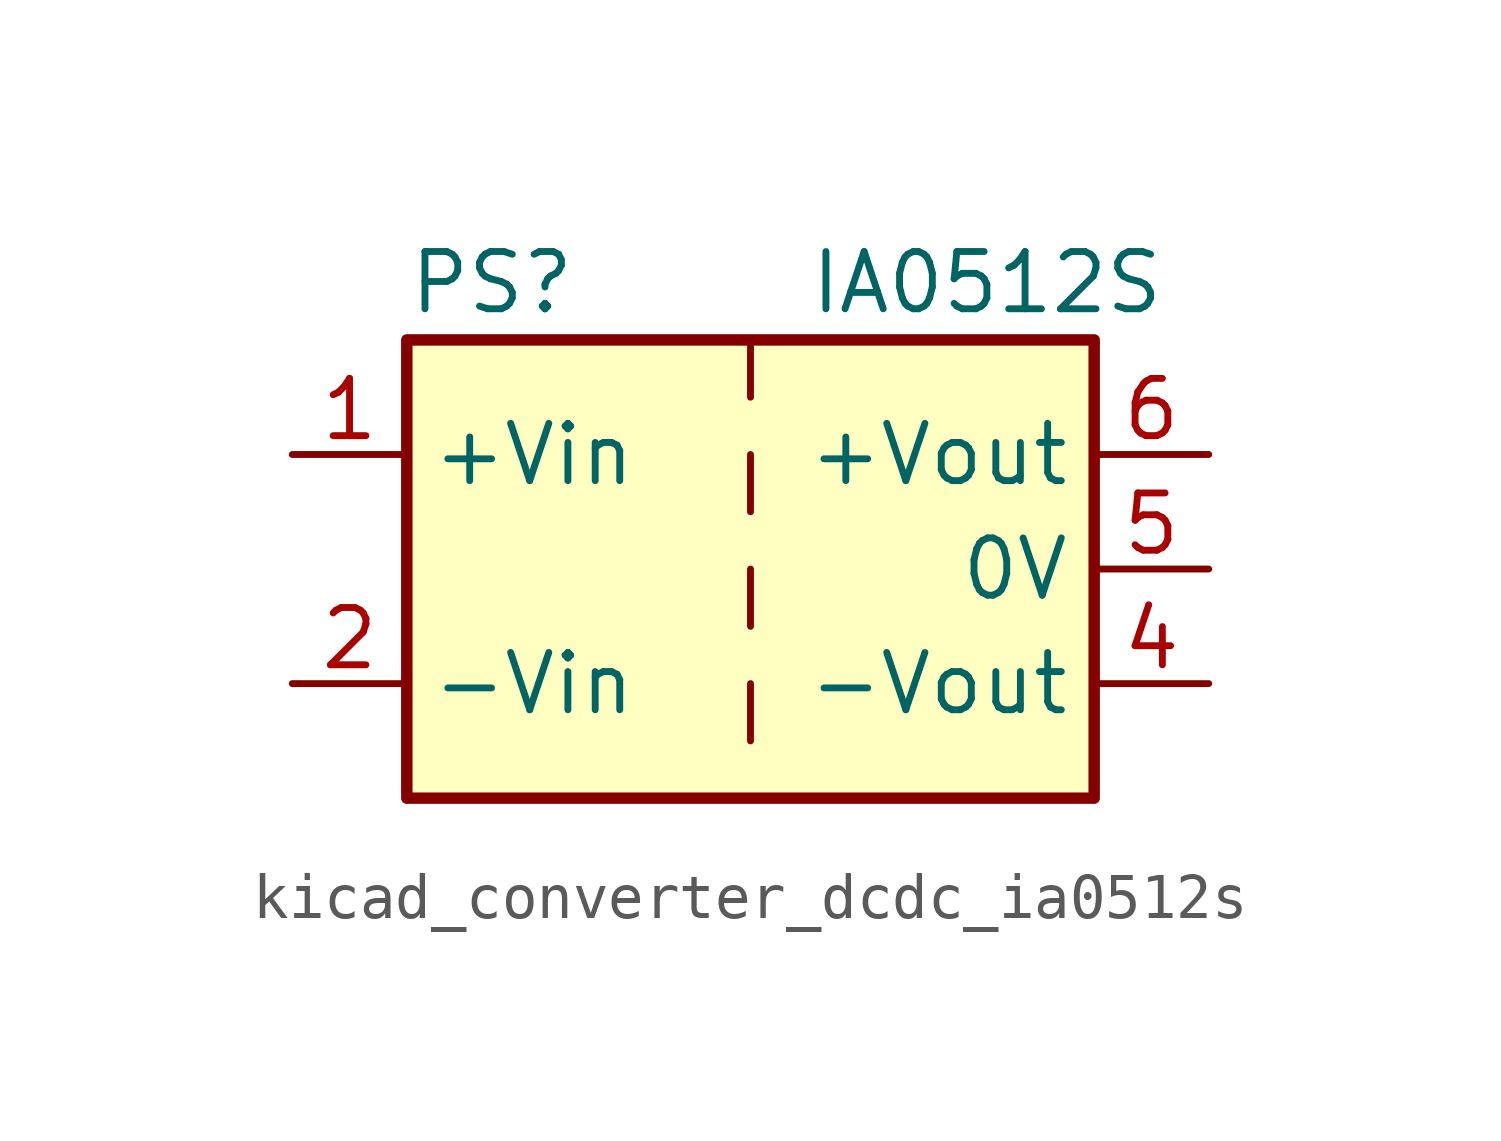
<source format=kicad_sym>
(kicad_symbol_lib
  (version 20220914)
  (generator kicad_symbol_editor)
  (symbol "kicad_converter_dcdc_ia0512s"
    (property "Reference" "PS"
      (at -7.62 6.35 0)
      (effects (font (size 1.27 1.27)) (justify left)))
    (property "Value" "IA0512S"
      (at 1.27 6.35 0)
      (effects (font (size 1.27 1.27)) (justify left)))
    (symbol "kicad_converter_dcdc_ia0512s_0_0"
      (pin power_in line (at -10.16 2.54 0) (length 2.54) (name "+Vin" (effects (font (size 1.27 1.27)))) (number "1" (effects (font (size 1.27 1.27)))))
      (pin power_in line (at -10.16 -2.54 0) (length 2.54) (name "-Vin" (effects (font (size 1.27 1.27)))) (number "2" (effects (font (size 1.27 1.27)))))
      (pin power_out line (at 10.16 -2.54 180) (length 2.54) (name "-Vout" (effects (font (size 1.27 1.27)))) (number "4" (effects (font (size 1.27 1.27)))))
      (pin power_out line (at 10.16 0 180) (length 2.54) (name "0V" (effects (font (size 1.27 1.27)))) (number "5" (effects (font (size 1.27 1.27)))))
      (pin power_out line (at 10.16 2.54 180) (length 2.54) (name "+Vout" (effects (font (size 1.27 1.27)))) (number "6" (effects (font (size 1.27 1.27))))))
    (symbol "kicad_converter_dcdc_ia0512s_0_1"
      (rectangle (start -7.62 5.08) (end 7.62 -5.08) (stroke (width 0.254) (type default)) (fill (type background)))
      (polyline (pts (xy 0 -2.54) (xy 0 -3.81)) (stroke (width 0) (type default)) (fill (type none)))
      (polyline (pts (xy 0 0) (xy 0 -1.27)) (stroke (width 0) (type default)) (fill (type none)))
      (polyline (pts (xy 0 2.54) (xy 0 1.27)) (stroke (width 0) (type default)) (fill (type none)))
      (polyline (pts (xy 0 5.08) (xy 0 3.81)) (stroke (width 0) (type default)) (fill (type none))))))
</source>
